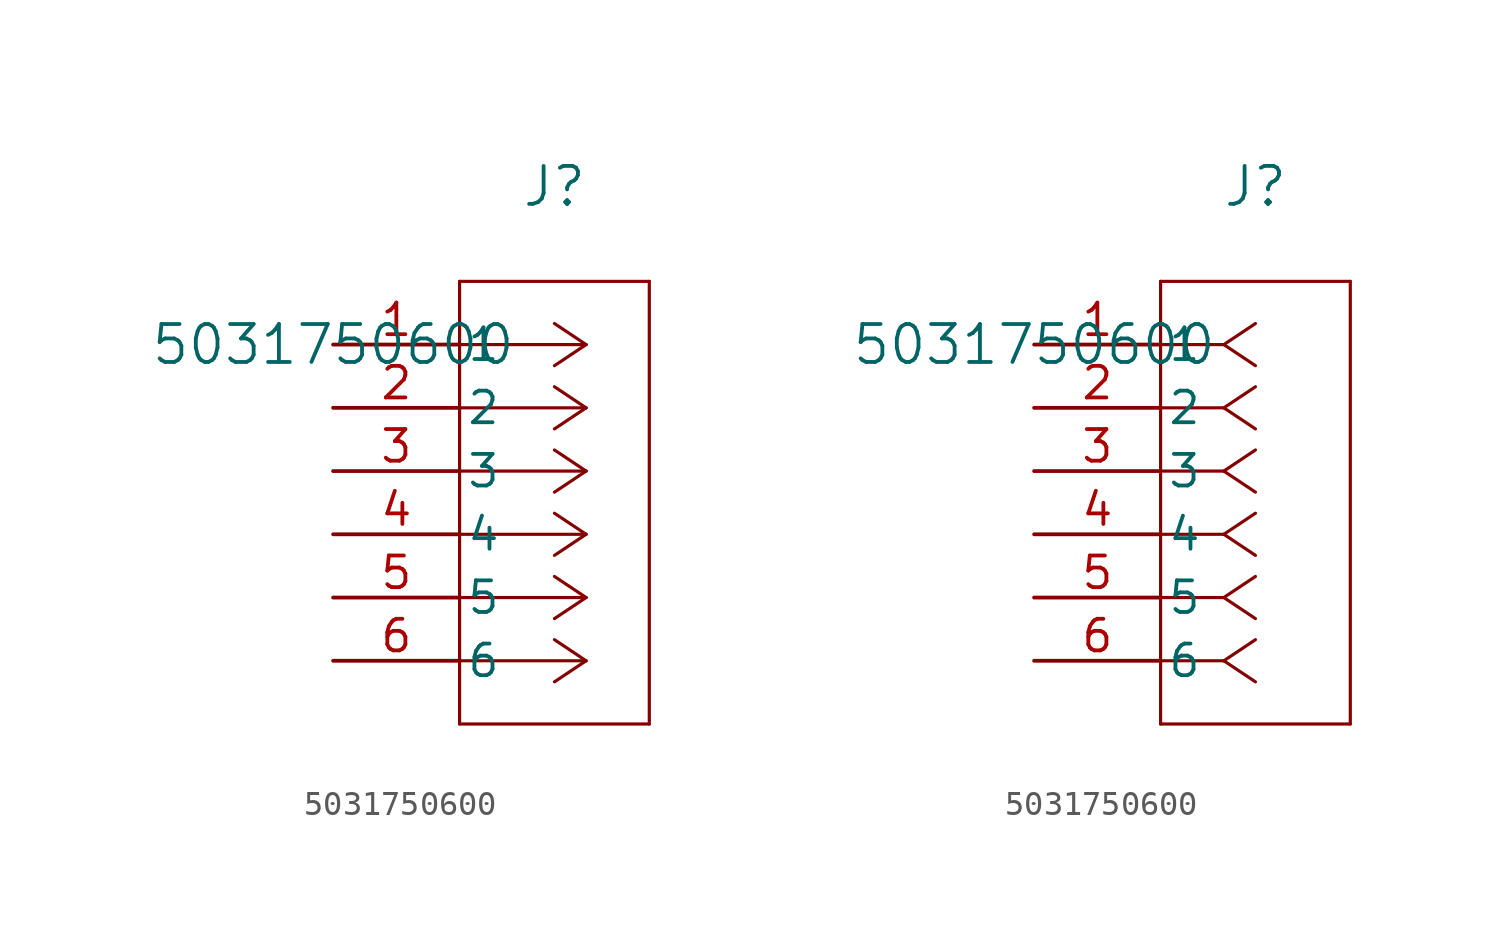
<source format=kicad_sym>
(kicad_symbol_lib
  (version 20211014)
  (generator kicad_symbol_editor)
  (symbol "5031750600"
    (pin_names
      (offset 0.254))
    (property "Reference" "J"
      (at 8.89 6.35 0)
      (effects (font (size 1.524 1.524))))
    (property "Value" "5031750600"
      (at 0 0 0)
      (effects (font (size 1.524 1.524))))
    (symbol "5031750600_1_1"
      (polyline (pts (xy 10.16 0) (xy 5.08 0)) (stroke (width 0.127) (type default) (color 0 0 0 0)) (fill (type none)))
      (polyline (pts (xy 10.16 -2.54) (xy 5.08 -2.54)) (stroke (width 0.127) (type default) (color 0 0 0 0)) (fill (type none)))
      (polyline (pts (xy 10.16 -5.08) (xy 5.08 -5.08)) (stroke (width 0.127) (type default) (color 0 0 0 0)) (fill (type none)))
      (polyline (pts (xy 10.16 -7.62) (xy 5.08 -7.62)) (stroke (width 0.127) (type default) (color 0 0 0 0)) (fill (type none)))
      (polyline (pts (xy 10.16 -10.16) (xy 5.08 -10.16)) (stroke (width 0.127) (type default) (color 0 0 0 0)) (fill (type none)))
      (polyline (pts (xy 10.16 -12.7) (xy 5.08 -12.7)) (stroke (width 0.127) (type default) (color 0 0 0 0)) (fill (type none)))
      (polyline (pts (xy 10.16 0) (xy 8.89 0.847)) (stroke (width 0.127) (type default) (color 0 0 0 0)) (fill (type none)))
      (polyline (pts (xy 10.16 -2.54) (xy 8.89 -1.693)) (stroke (width 0.127) (type default) (color 0 0 0 0)) (fill (type none)))
      (polyline (pts (xy 10.16 -5.08) (xy 8.89 -4.233)) (stroke (width 0.127) (type default) (color 0 0 0 0)) (fill (type none)))
      (polyline (pts (xy 10.16 -7.62) (xy 8.89 -6.773)) (stroke (width 0.127) (type default) (color 0 0 0 0)) (fill (type none)))
      (polyline (pts (xy 10.16 -10.16) (xy 8.89 -9.313)) (stroke (width 0.127) (type default) (color 0 0 0 0)) (fill (type none)))
      (polyline (pts (xy 10.16 -12.7) (xy 8.89 -11.853)) (stroke (width 0.127) (type default) (color 0 0 0 0)) (fill (type none)))
      (polyline (pts (xy 10.16 0) (xy 8.89 -0.847)) (stroke (width 0.127) (type default) (color 0 0 0 0)) (fill (type none)))
      (polyline (pts (xy 10.16 -2.54) (xy 8.89 -3.387)) (stroke (width 0.127) (type default) (color 0 0 0 0)) (fill (type none)))
      (polyline (pts (xy 10.16 -5.08) (xy 8.89 -5.927)) (stroke (width 0.127) (type default) (color 0 0 0 0)) (fill (type none)))
      (polyline (pts (xy 10.16 -7.62) (xy 8.89 -8.467)) (stroke (width 0.127) (type default) (color 0 0 0 0)) (fill (type none)))
      (polyline (pts (xy 10.16 -10.16) (xy 8.89 -11.007)) (stroke (width 0.127) (type default) (color 0 0 0 0)) (fill (type none)))
      (polyline (pts (xy 10.16 -12.7) (xy 8.89 -13.547)) (stroke (width 0.127) (type default) (color 0 0 0 0)) (fill (type none)))
      (polyline (pts (xy 5.08 2.54) (xy 5.08 -15.24)) (stroke (width 0.127) (type default) (color 0 0 0 0)) (fill (type none)))
      (polyline (pts (xy 5.08 -15.24) (xy 12.7 -15.24)) (stroke (width 0.127) (type default) (color 0 0 0 0)) (fill (type none)))
      (polyline (pts (xy 12.7 -15.24) (xy 12.7 2.54)) (stroke (width 0.127) (type default) (color 0 0 0 0)) (fill (type none)))
      (polyline (pts (xy 12.7 2.54) (xy 5.08 2.54)) (stroke (width 0.127) (type default) (color 0 0 0 0)) (fill (type none)))
      (pin unspecified line (at 0 0 0) (length 5.08) (name "1" (effects (font (size 1.27 1.27)))) (number "1" (effects (font (size 1.27 1.27)))))
      (pin unspecified line (at 0 -2.54 0) (length 5.08) (name "2" (effects (font (size 1.27 1.27)))) (number "2" (effects (font (size 1.27 1.27)))))
      (pin unspecified line (at 0 -5.08 0) (length 5.08) (name "3" (effects (font (size 1.27 1.27)))) (number "3" (effects (font (size 1.27 1.27)))))
      (pin unspecified line (at 0 -7.62 0) (length 5.08) (name "4" (effects (font (size 1.27 1.27)))) (number "4" (effects (font (size 1.27 1.27)))))
      (pin unspecified line (at 0 -10.16 0) (length 5.08) (name "5" (effects (font (size 1.27 1.27)))) (number "5" (effects (font (size 1.27 1.27)))))
      (pin unspecified line (at 0 -12.7 0) (length 5.08) (name "6" (effects (font (size 1.27 1.27)))) (number "6" (effects (font (size 1.27 1.27))))))
    (symbol "5031750600_1_2"
      (polyline (pts (xy 7.62 0) (xy 5.08 0)) (stroke (width 0.127) (type default) (color 0 0 0 0)) (fill (type none)))
      (polyline (pts (xy 7.62 -2.54) (xy 5.08 -2.54)) (stroke (width 0.127) (type default) (color 0 0 0 0)) (fill (type none)))
      (polyline (pts (xy 7.62 -5.08) (xy 5.08 -5.08)) (stroke (width 0.127) (type default) (color 0 0 0 0)) (fill (type none)))
      (polyline (pts (xy 7.62 -7.62) (xy 5.08 -7.62)) (stroke (width 0.127) (type default) (color 0 0 0 0)) (fill (type none)))
      (polyline (pts (xy 7.62 -10.16) (xy 5.08 -10.16)) (stroke (width 0.127) (type default) (color 0 0 0 0)) (fill (type none)))
      (polyline (pts (xy 7.62 -12.7) (xy 5.08 -12.7)) (stroke (width 0.127) (type default) (color 0 0 0 0)) (fill (type none)))
      (polyline (pts (xy 7.62 0) (xy 8.89 0.847)) (stroke (width 0.127) (type default) (color 0 0 0 0)) (fill (type none)))
      (polyline (pts (xy 7.62 -2.54) (xy 8.89 -1.693)) (stroke (width 0.127) (type default) (color 0 0 0 0)) (fill (type none)))
      (polyline (pts (xy 7.62 -5.08) (xy 8.89 -4.233)) (stroke (width 0.127) (type default) (color 0 0 0 0)) (fill (type none)))
      (polyline (pts (xy 7.62 -7.62) (xy 8.89 -6.773)) (stroke (width 0.127) (type default) (color 0 0 0 0)) (fill (type none)))
      (polyline (pts (xy 7.62 -10.16) (xy 8.89 -9.313)) (stroke (width 0.127) (type default) (color 0 0 0 0)) (fill (type none)))
      (polyline (pts (xy 7.62 -12.7) (xy 8.89 -11.853)) (stroke (width 0.127) (type default) (color 0 0 0 0)) (fill (type none)))
      (polyline (pts (xy 7.62 0) (xy 8.89 -0.847)) (stroke (width 0.127) (type default) (color 0 0 0 0)) (fill (type none)))
      (polyline (pts (xy 7.62 -2.54) (xy 8.89 -3.387)) (stroke (width 0.127) (type default) (color 0 0 0 0)) (fill (type none)))
      (polyline (pts (xy 7.62 -5.08) (xy 8.89 -5.927)) (stroke (width 0.127) (type default) (color 0 0 0 0)) (fill (type none)))
      (polyline (pts (xy 7.62 -7.62) (xy 8.89 -8.467)) (stroke (width 0.127) (type default) (color 0 0 0 0)) (fill (type none)))
      (polyline (pts (xy 7.62 -10.16) (xy 8.89 -11.007)) (stroke (width 0.127) (type default) (color 0 0 0 0)) (fill (type none)))
      (polyline (pts (xy 7.62 -12.7) (xy 8.89 -13.547)) (stroke (width 0.127) (type default) (color 0 0 0 0)) (fill (type none)))
      (polyline (pts (xy 5.08 2.54) (xy 5.08 -15.24)) (stroke (width 0.127) (type default) (color 0 0 0 0)) (fill (type none)))
      (polyline (pts (xy 5.08 -15.24) (xy 12.7 -15.24)) (stroke (width 0.127) (type default) (color 0 0 0 0)) (fill (type none)))
      (polyline (pts (xy 12.7 -15.24) (xy 12.7 2.54)) (stroke (width 0.127) (type default) (color 0 0 0 0)) (fill (type none)))
      (polyline (pts (xy 12.7 2.54) (xy 5.08 2.54)) (stroke (width 0.127) (type default) (color 0 0 0 0)) (fill (type none)))
      (pin unspecified line (at 0 0 0) (length 5.08) (name "1" (effects (font (size 1.27 1.27)))) (number "1" (effects (font (size 1.27 1.27)))))
      (pin unspecified line (at 0 -2.54 0) (length 5.08) (name "2" (effects (font (size 1.27 1.27)))) (number "2" (effects (font (size 1.27 1.27)))))
      (pin unspecified line (at 0 -5.08 0) (length 5.08) (name "3" (effects (font (size 1.27 1.27)))) (number "3" (effects (font (size 1.27 1.27)))))
      (pin unspecified line (at 0 -7.62 0) (length 5.08) (name "4" (effects (font (size 1.27 1.27)))) (number "4" (effects (font (size 1.27 1.27)))))
      (pin unspecified line (at 0 -10.16 0) (length 5.08) (name "5" (effects (font (size 1.27 1.27)))) (number "5" (effects (font (size 1.27 1.27)))))
      (pin unspecified line (at 0 -12.7 0) (length 5.08) (name "6" (effects (font (size 1.27 1.27)))) (number "6" (effects (font (size 1.27 1.27))))))))
</source>
